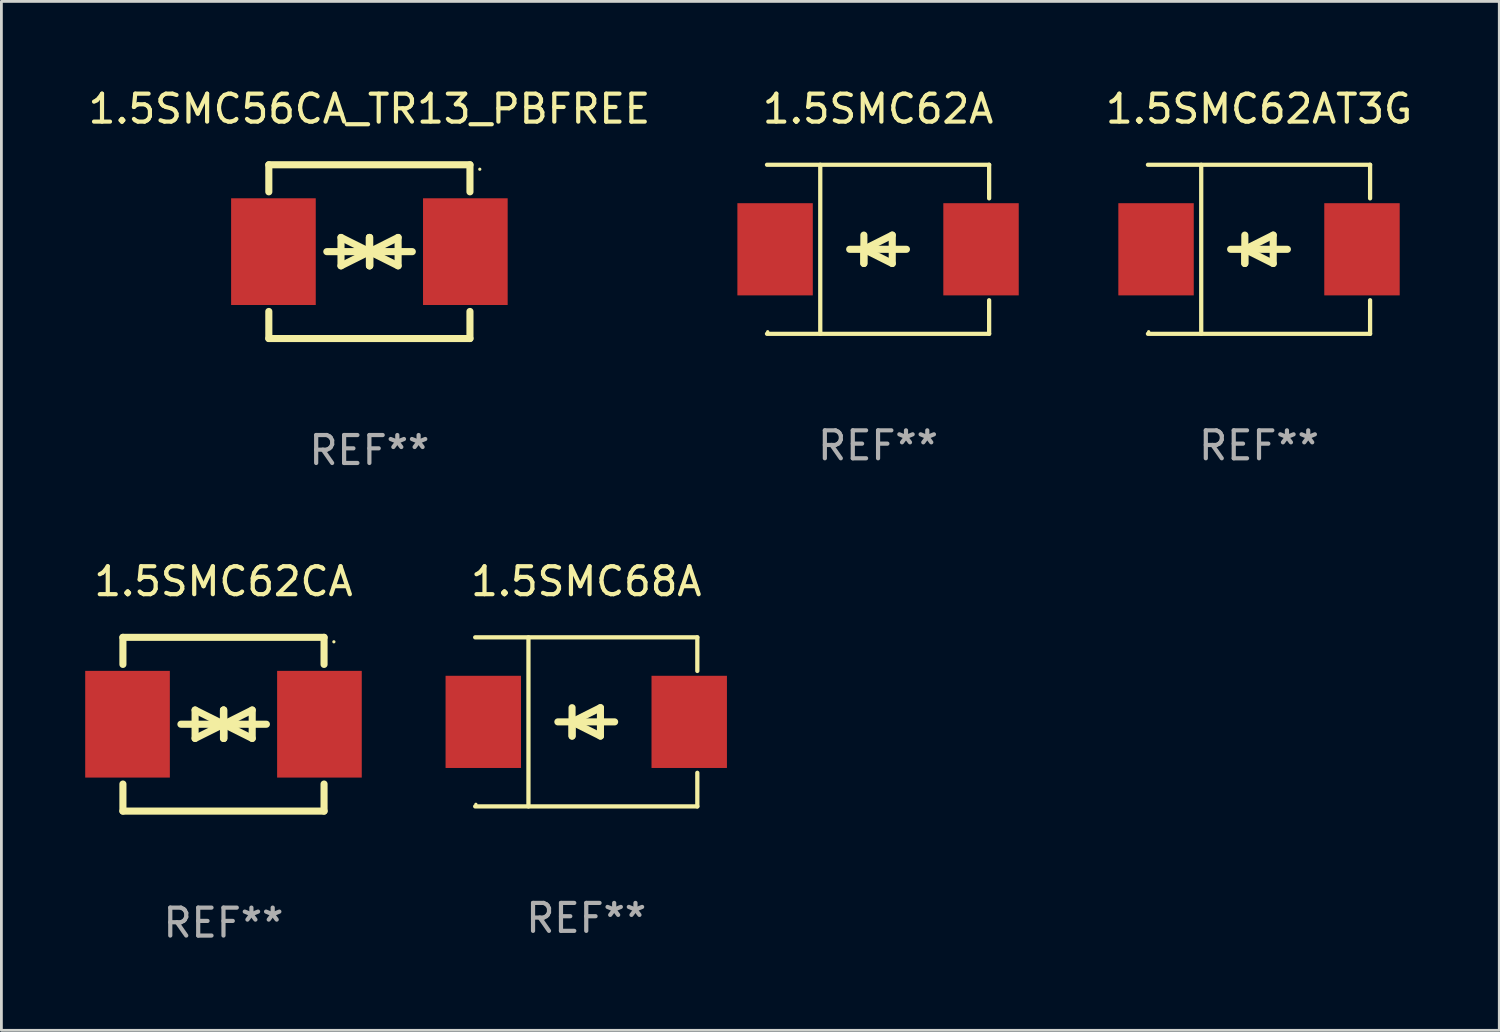
<source format=kicad_pcb>
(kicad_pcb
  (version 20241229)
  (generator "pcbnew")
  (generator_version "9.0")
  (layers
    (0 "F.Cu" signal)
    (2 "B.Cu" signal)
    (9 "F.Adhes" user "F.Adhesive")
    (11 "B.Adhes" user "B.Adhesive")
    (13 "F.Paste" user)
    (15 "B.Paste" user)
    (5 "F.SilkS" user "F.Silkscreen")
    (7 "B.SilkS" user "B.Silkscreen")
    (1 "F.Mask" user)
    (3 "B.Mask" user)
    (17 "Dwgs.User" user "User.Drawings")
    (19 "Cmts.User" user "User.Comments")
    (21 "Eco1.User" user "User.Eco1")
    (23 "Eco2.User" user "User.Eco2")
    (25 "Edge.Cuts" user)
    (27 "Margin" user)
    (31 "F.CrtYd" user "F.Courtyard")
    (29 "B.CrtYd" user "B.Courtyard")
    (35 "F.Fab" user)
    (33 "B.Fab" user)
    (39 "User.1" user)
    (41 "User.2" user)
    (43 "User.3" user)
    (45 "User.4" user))
  (footprint "1.5SMC62AT3G"
    (layer "F.Cu")
    (at 42.019 5.874)
    (property "Reference" "1.5SMC62AT3G" (at 0 -5.026 0) (layer "F.SilkS") (effects (font (size 1 1) (thickness 0.15))))
    (attr through_hole)
    (fp_line (start -3.976 -3.026) (end 3.976 -3.026) (stroke (width 0.152) (type solid)) (layer "F.SilkS"))
    (fp_line (start -3.976 3.026) (end 3.976 3.026) (stroke (width 0.152) (type solid)) (layer "F.SilkS"))
    (fp_line (start -2.069 -3.026) (end -2.069 3.026) (stroke (width 0.152) (type solid)) (layer "F.SilkS"))
    (fp_line (start -0.508 0) (end -0.508 0.508) (stroke (width 0.254) (type solid)) (layer "F.SilkS"))
    (fp_line (start -0.508 0) (end 0.508 0.508) (stroke (width 0.254) (type solid)) (layer "F.SilkS"))
    (fp_line (start -0.508 0.508) (end -0.508 -0.508) (stroke (width 0.254) (type solid)) (layer "F.SilkS"))
    (fp_line (start 0.508 -0.508) (end -0.508 0) (stroke (width 0.254) (type solid)) (layer "F.SilkS"))
    (fp_line (start 0.508 0.508) (end 0.508 -0.508) (stroke (width 0.254) (type solid)) (layer "F.SilkS"))
    (fp_line (start 1.016 0) (end -1.016 0) (stroke (width 0.254) (type solid)) (layer "F.SilkS"))
    (fp_line (start 3.976 -3.026) (end 3.976 -1.823) (stroke (width 0.152) (type solid)) (layer "F.SilkS"))
    (fp_line (start 3.976 3.026) (end 3.976 1.823) (stroke (width 0.152) (type solid)) (layer "F.SilkS"))
    (fp_circle (center -3.95 2.95) (end -3.92 2.95) (stroke (width 0.06) (type solid)) (fill no) (layer "F.SilkS"))
    (fp_text user "REF**" (at 0 7.026 0) (layer "F.Fab") (effects (font (size 1 1) (thickness 0.15))))
    (pad "1" smd rect (at -3.686 0) (size 2.7 3.3) (layers "F.Cu" "F.Mask" "F.Paste"))
    (pad "2" smd rect (at 3.686 0) (size 2.7 3.3) (layers "F.Cu" "F.Mask" "F.Paste")))
  (footprint "1.5SMC68A"
    (layer "F.Cu")
    (at 17.936 22.791)
    (property "Reference" "1.5SMC68A" (at 0 -5.026 0) (layer "F.SilkS") (effects (font (size 1 1) (thickness 0.15))))
    (attr through_hole)
    (fp_line (start -3.976 -3.026) (end 3.976 -3.026) (stroke (width 0.152) (type solid)) (layer "F.SilkS"))
    (fp_line (start -3.976 3.026) (end 3.976 3.026) (stroke (width 0.152) (type solid)) (layer "F.SilkS"))
    (fp_line (start -2.069 -3.026) (end -2.069 3.026) (stroke (width 0.152) (type solid)) (layer "F.SilkS"))
    (fp_line (start -0.508 0) (end -0.508 0.508) (stroke (width 0.254) (type solid)) (layer "F.SilkS"))
    (fp_line (start -0.508 0) (end 0.508 0.508) (stroke (width 0.254) (type solid)) (layer "F.SilkS"))
    (fp_line (start -0.508 0.508) (end -0.508 -0.508) (stroke (width 0.254) (type solid)) (layer "F.SilkS"))
    (fp_line (start 0.508 -0.508) (end -0.508 0) (stroke (width 0.254) (type solid)) (layer "F.SilkS"))
    (fp_line (start 0.508 0.508) (end 0.508 -0.508) (stroke (width 0.254) (type solid)) (layer "F.SilkS"))
    (fp_line (start 1.016 0) (end -1.016 0) (stroke (width 0.254) (type solid)) (layer "F.SilkS"))
    (fp_line (start 3.976 -3.026) (end 3.976 -1.823) (stroke (width 0.152) (type solid)) (layer "F.SilkS"))
    (fp_line (start 3.976 3.026) (end 3.976 1.823) (stroke (width 0.152) (type solid)) (layer "F.SilkS"))
    (fp_circle (center -3.95 2.95) (end -3.92 2.95) (stroke (width 0.06) (type solid)) (fill no) (layer "F.SilkS"))
    (fp_text user "REF**" (at 0 7.026 0) (layer "F.Fab") (effects (font (size 1 1) (thickness 0.15))))
    (pad "1" smd rect (at -3.686 0) (size 2.7 3.3) (layers "F.Cu" "F.Mask" "F.Paste"))
    (pad "2" smd rect (at 3.686 0) (size 2.7 3.3) (layers "F.Cu" "F.Mask" "F.Paste")))
  (footprint "1.5SMC56CA_TR13_PBFREE"
    (layer "F.Cu")
    (at 10.173 5.958)
    (property "Reference" "1.5SMC56CA_TR13_PBFREE" (at 0 -5.11 0) (layer "F.SilkS") (effects (font (size 1 1) (thickness 0.15))))
    (attr through_hole)
    (fp_line (start -3.6 -2.141) (end -3.6 -3.11) (stroke (width 0.254) (type solid)) (layer "F.SilkS"))
    (fp_line (start -3.6 3.11) (end -3.6 2.141) (stroke (width 0.254) (type solid)) (layer "F.SilkS"))
    (fp_line (start -1.524 0) (end 0.508 0) (stroke (width 0.254) (type solid)) (layer "F.SilkS"))
    (fp_line (start -1.016 -0.508) (end -1.016 0.508) (stroke (width 0.254) (type solid)) (layer "F.SilkS"))
    (fp_line (start -1.016 0.508) (end 0 0) (stroke (width 0.254) (type solid)) (layer "F.SilkS"))
    (fp_line (start 0 -0.508) (end 0 0.508) (stroke (width 0.254) (type solid)) (layer "F.SilkS"))
    (fp_line (start 0 0) (end -1.016 -0.508) (stroke (width 0.254) (type solid)) (layer "F.SilkS"))
    (fp_line (start 0 0) (end 0 -0.508) (stroke (width 0.254) (type solid)) (layer "F.SilkS"))
    (fp_line (start 0.012 0) (end 0.012 0.508) (stroke (width 0.254) (type solid)) (layer "F.SilkS"))
    (fp_line (start 0.012 0) (end 1.028 0.508) (stroke (width 0.254) (type solid)) (layer "F.SilkS"))
    (fp_line (start 0.012 0.508) (end 0.012 -0.508) (stroke (width 0.254) (type solid)) (layer "F.SilkS"))
    (fp_line (start 1.028 -0.508) (end 0.012 0) (stroke (width 0.254) (type solid)) (layer "F.SilkS"))
    (fp_line (start 1.028 0.508) (end 1.028 -0.508) (stroke (width 0.254) (type solid)) (layer "F.SilkS"))
    (fp_line (start 1.536 0) (end -0.496 0) (stroke (width 0.254) (type solid)) (layer "F.SilkS"))
    (fp_line (start 3.6 -3.11) (end -3.6 -3.11) (stroke (width 0.254) (type solid)) (layer "F.SilkS"))
    (fp_line (start 3.6 -2.141) (end 3.6 -3.11) (stroke (width 0.254) (type solid)) (layer "F.SilkS"))
    (fp_line (start 3.6 3.11) (end -3.6 3.11) (stroke (width 0.254) (type solid)) (layer "F.SilkS"))
    (fp_line (start 3.6 3.11) (end 3.6 2.141) (stroke (width 0.254) (type solid)) (layer "F.SilkS"))
    (fp_circle (center 3.952 -2.95) (end 3.982 -2.95) (stroke (width 0.06) (type solid)) (fill no) (layer "F.SilkS"))
    (fp_text user "REF**" (at 0 7.11 0) (layer "F.Fab") (effects (font (size 1 1) (thickness 0.15))))
    (pad "1" smd rect (at 3.435 0) (size 3.03 3.82) (layers "F.Cu" "F.Mask" "F.Paste"))
    (pad "2" smd rect (at -3.435 0) (size 3.03 3.82) (layers "F.Cu" "F.Mask" "F.Paste")))
  (footprint "1.5SMC62CA"
    (layer "F.Cu")
    (at 4.95 22.875)
    (property "Reference" "1.5SMC62CA" (at 0 -5.11 0) (layer "F.SilkS") (effects (font (size 1 1) (thickness 0.15))))
    (attr through_hole)
    (fp_line (start -3.6 -2.141) (end -3.6 -3.11) (stroke (width 0.254) (type solid)) (layer "F.SilkS"))
    (fp_line (start -3.6 3.11) (end -3.6 2.141) (stroke (width 0.254) (type solid)) (layer "F.SilkS"))
    (fp_line (start -1.524 0) (end 0.508 0) (stroke (width 0.254) (type solid)) (layer "F.SilkS"))
    (fp_line (start -1.016 -0.508) (end -1.016 0.508) (stroke (width 0.254) (type solid)) (layer "F.SilkS"))
    (fp_line (start -1.016 0.508) (end 0 0) (stroke (width 0.254) (type solid)) (layer "F.SilkS"))
    (fp_line (start 0 -0.508) (end 0 0.508) (stroke (width 0.254) (type solid)) (layer "F.SilkS"))
    (fp_line (start 0 0) (end -1.016 -0.508) (stroke (width 0.254) (type solid)) (layer "F.SilkS"))
    (fp_line (start 0 0) (end 0 -0.508) (stroke (width 0.254) (type solid)) (layer "F.SilkS"))
    (fp_line (start 0.012 0) (end 0.012 0.508) (stroke (width 0.254) (type solid)) (layer "F.SilkS"))
    (fp_line (start 0.012 0) (end 1.028 0.508) (stroke (width 0.254) (type solid)) (layer "F.SilkS"))
    (fp_line (start 0.012 0.508) (end 0.012 -0.508) (stroke (width 0.254) (type solid)) (layer "F.SilkS"))
    (fp_line (start 1.028 -0.508) (end 0.012 0) (stroke (width 0.254) (type solid)) (layer "F.SilkS"))
    (fp_line (start 1.028 0.508) (end 1.028 -0.508) (stroke (width 0.254) (type solid)) (layer "F.SilkS"))
    (fp_line (start 1.536 0) (end -0.496 0) (stroke (width 0.254) (type solid)) (layer "F.SilkS"))
    (fp_line (start 3.6 -3.11) (end -3.6 -3.11) (stroke (width 0.254) (type solid)) (layer "F.SilkS"))
    (fp_line (start 3.6 -2.141) (end 3.6 -3.11) (stroke (width 0.254) (type solid)) (layer "F.SilkS"))
    (fp_line (start 3.6 3.11) (end -3.6 3.11) (stroke (width 0.254) (type solid)) (layer "F.SilkS"))
    (fp_line (start 3.6 3.11) (end 3.6 2.141) (stroke (width 0.254) (type solid)) (layer "F.SilkS"))
    (fp_circle (center 3.952 -2.95) (end 3.982 -2.95) (stroke (width 0.06) (type solid)) (fill no) (layer "F.SilkS"))
    (fp_text user "REF**" (at 0 7.11 0) (layer "F.Fab") (effects (font (size 1 1) (thickness 0.15))))
    (pad "1" smd rect (at 3.435 0) (size 3.03 3.82) (layers "F.Cu" "F.Mask" "F.Paste"))
    (pad "2" smd rect (at -3.435 0) (size 3.03 3.82) (layers "F.Cu" "F.Mask" "F.Paste")))
  (footprint "1.5SMC62A"
    (layer "F.Cu")
    (at 28.382 5.874)
    (property "Reference" "1.5SMC62A" (at 0 -5.026 0) (layer "F.SilkS") (effects (font (size 1 1) (thickness 0.15))))
    (attr through_hole)
    (fp_line (start -3.976 -3.026) (end 3.976 -3.026) (stroke (width 0.152) (type solid)) (layer "F.SilkS"))
    (fp_line (start -3.976 3.026) (end 3.976 3.026) (stroke (width 0.152) (type solid)) (layer "F.SilkS"))
    (fp_line (start -2.069 -3.026) (end -2.069 3.026) (stroke (width 0.152) (type solid)) (layer "F.SilkS"))
    (fp_line (start -0.508 0) (end -0.508 0.508) (stroke (width 0.254) (type solid)) (layer "F.SilkS"))
    (fp_line (start -0.508 0) (end 0.508 0.508) (stroke (width 0.254) (type solid)) (layer "F.SilkS"))
    (fp_line (start -0.508 0.508) (end -0.508 -0.508) (stroke (width 0.254) (type solid)) (layer "F.SilkS"))
    (fp_line (start 0.508 -0.508) (end -0.508 0) (stroke (width 0.254) (type solid)) (layer "F.SilkS"))
    (fp_line (start 0.508 0.508) (end 0.508 -0.508) (stroke (width 0.254) (type solid)) (layer "F.SilkS"))
    (fp_line (start 1.016 0) (end -1.016 0) (stroke (width 0.254) (type solid)) (layer "F.SilkS"))
    (fp_line (start 3.976 -3.026) (end 3.976 -1.823) (stroke (width 0.152) (type solid)) (layer "F.SilkS"))
    (fp_line (start 3.976 3.026) (end 3.976 1.823) (stroke (width 0.152) (type solid)) (layer "F.SilkS"))
    (fp_circle (center -3.95 2.95) (end -3.92 2.95) (stroke (width 0.06) (type solid)) (fill no) (layer "F.SilkS"))
    (fp_text user "REF**" (at 0 7.026 0) (layer "F.Fab") (effects (font (size 1 1) (thickness 0.15))))
    (pad "1" smd rect (at -3.686 0) (size 2.7 3.3) (layers "F.Cu" "F.Mask" "F.Paste"))
    (pad "2" smd rect (at 3.686 0) (size 2.7 3.3) (layers "F.Cu" "F.Mask" "F.Paste")))
  (gr_rect
    (start -3 -3)
    (end 50.62 33.833)
    (stroke (width 0.1) (type default))
    (fill no)
    (layer "Edge.Cuts")))
</source>
